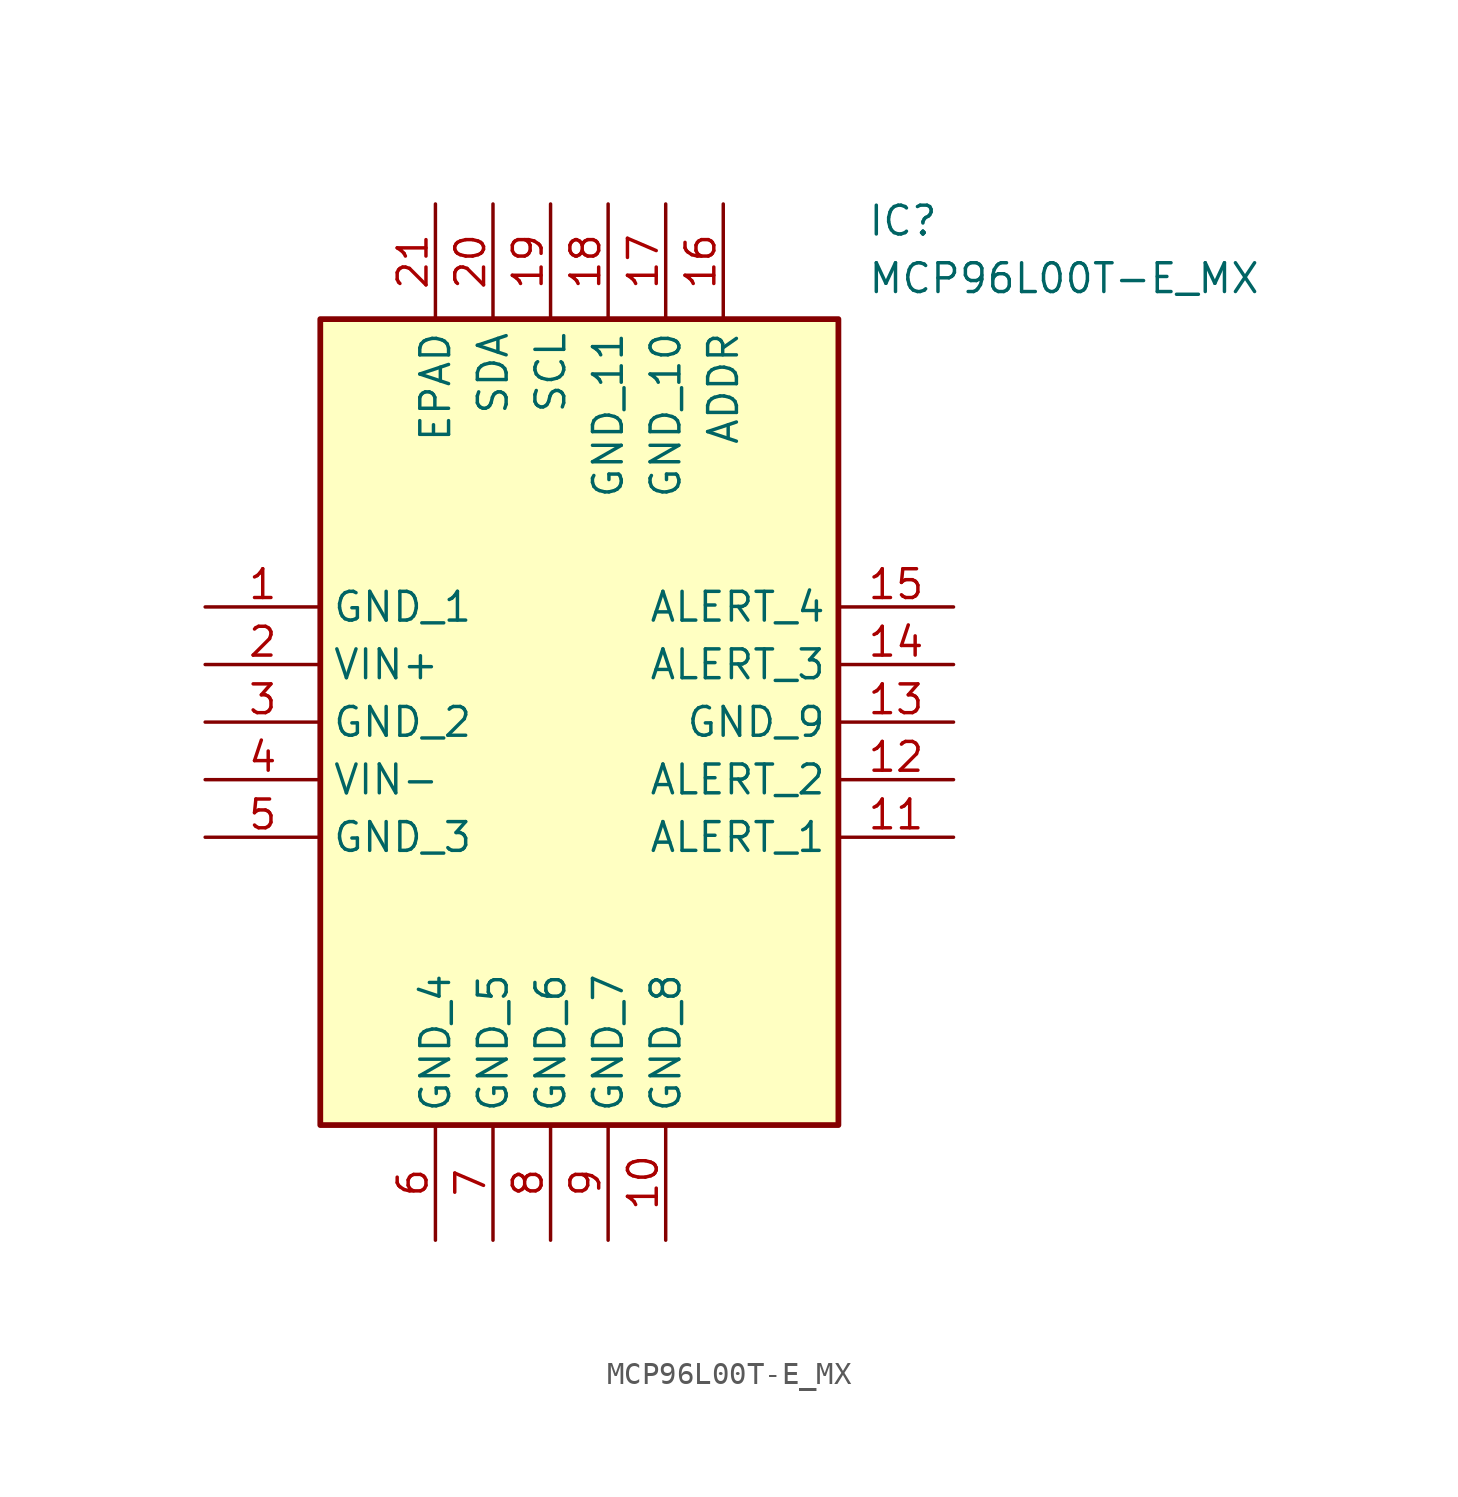
<source format=kicad_sym>
(kicad_symbol_lib
  (version 20211014)
  (generator SamacSys_ECAD_Model)
  (symbol "MCP96L00T-E_MX"
    (property "Reference" "IC"
      (at 29.21 17.78 0)
      (effects (font (size 1.27 1.27)) (justify left top)))
    (property "Value" "MCP96L00T-E_MX"
      (at 29.21 15.24 0)
      (effects (font (size 1.27 1.27)) (justify left top)))
    (rectangle
      (start 5.08 12.7)
      (end 27.94 -22.86)
      (stroke (width 0.254) (type default))
      (fill (type background)))
    (pin passive line
      (at 0 0 0)
      (length 5.08)
      (name "GND_1" (effects (font (size 1.27 1.27))))
      (number "1" (effects (font (size 1.27 1.27)))))
    (pin passive line
      (at 0 -2.54 0)
      (length 5.08)
      (name "VIN+" (effects (font (size 1.27 1.27))))
      (number "2" (effects (font (size 1.27 1.27)))))
    (pin passive line
      (at 0 -5.08 0)
      (length 5.08)
      (name "GND_2" (effects (font (size 1.27 1.27))))
      (number "3" (effects (font (size 1.27 1.27)))))
    (pin passive line
      (at 0 -7.62 0)
      (length 5.08)
      (name "VIN-" (effects (font (size 1.27 1.27))))
      (number "4" (effects (font (size 1.27 1.27)))))
    (pin passive line
      (at 0 -10.16 0)
      (length 5.08)
      (name "GND_3" (effects (font (size 1.27 1.27))))
      (number "5" (effects (font (size 1.27 1.27)))))
    (pin passive line
      (at 10.16 -27.94 90)
      (length 5.08)
      (name "GND_4" (effects (font (size 1.27 1.27))))
      (number "6" (effects (font (size 1.27 1.27)))))
    (pin passive line
      (at 12.7 -27.94 90)
      (length 5.08)
      (name "GND_5" (effects (font (size 1.27 1.27))))
      (number "7" (effects (font (size 1.27 1.27)))))
    (pin passive line
      (at 15.24 -27.94 90)
      (length 5.08)
      (name "GND_6" (effects (font (size 1.27 1.27))))
      (number "8" (effects (font (size 1.27 1.27)))))
    (pin passive line
      (at 17.78 -27.94 90)
      (length 5.08)
      (name "GND_7" (effects (font (size 1.27 1.27))))
      (number "9" (effects (font (size 1.27 1.27)))))
    (pin passive line
      (at 20.32 -27.94 90)
      (length 5.08)
      (name "GND_8" (effects (font (size 1.27 1.27))))
      (number "10" (effects (font (size 1.27 1.27)))))
    (pin passive line
      (at 33.02 0 180)
      (length 5.08)
      (name "ALERT_4" (effects (font (size 1.27 1.27))))
      (number "15" (effects (font (size 1.27 1.27)))))
    (pin passive line
      (at 33.02 -2.54 180)
      (length 5.08)
      (name "ALERT_3" (effects (font (size 1.27 1.27))))
      (number "14" (effects (font (size 1.27 1.27)))))
    (pin passive line
      (at 33.02 -5.08 180)
      (length 5.08)
      (name "GND_9" (effects (font (size 1.27 1.27))))
      (number "13" (effects (font (size 1.27 1.27)))))
    (pin passive line
      (at 33.02 -7.62 180)
      (length 5.08)
      (name "ALERT_2" (effects (font (size 1.27 1.27))))
      (number "12" (effects (font (size 1.27 1.27)))))
    (pin passive line
      (at 33.02 -10.16 180)
      (length 5.08)
      (name "ALERT_1" (effects (font (size 1.27 1.27))))
      (number "11" (effects (font (size 1.27 1.27)))))
    (pin passive line
      (at 10.16 17.78 270)
      (length 5.08)
      (name "EPAD" (effects (font (size 1.27 1.27))))
      (number "21" (effects (font (size 1.27 1.27)))))
    (pin passive line
      (at 12.7 17.78 270)
      (length 5.08)
      (name "SDA" (effects (font (size 1.27 1.27))))
      (number "20" (effects (font (size 1.27 1.27)))))
    (pin passive line
      (at 15.24 17.78 270)
      (length 5.08)
      (name "SCL" (effects (font (size 1.27 1.27))))
      (number "19" (effects (font (size 1.27 1.27)))))
    (pin passive line
      (at 17.78 17.78 270)
      (length 5.08)
      (name "GND_11" (effects (font (size 1.27 1.27))))
      (number "18" (effects (font (size 1.27 1.27)))))
    (pin passive line
      (at 20.32 17.78 270)
      (length 5.08)
      (name "GND_10" (effects (font (size 1.27 1.27))))
      (number "17" (effects (font (size 1.27 1.27)))))
    (pin passive line
      (at 22.86 17.78 270)
      (length 5.08)
      (name "ADDR" (effects (font (size 1.27 1.27))))
      (number "16" (effects (font (size 1.27 1.27)))))))
</source>
